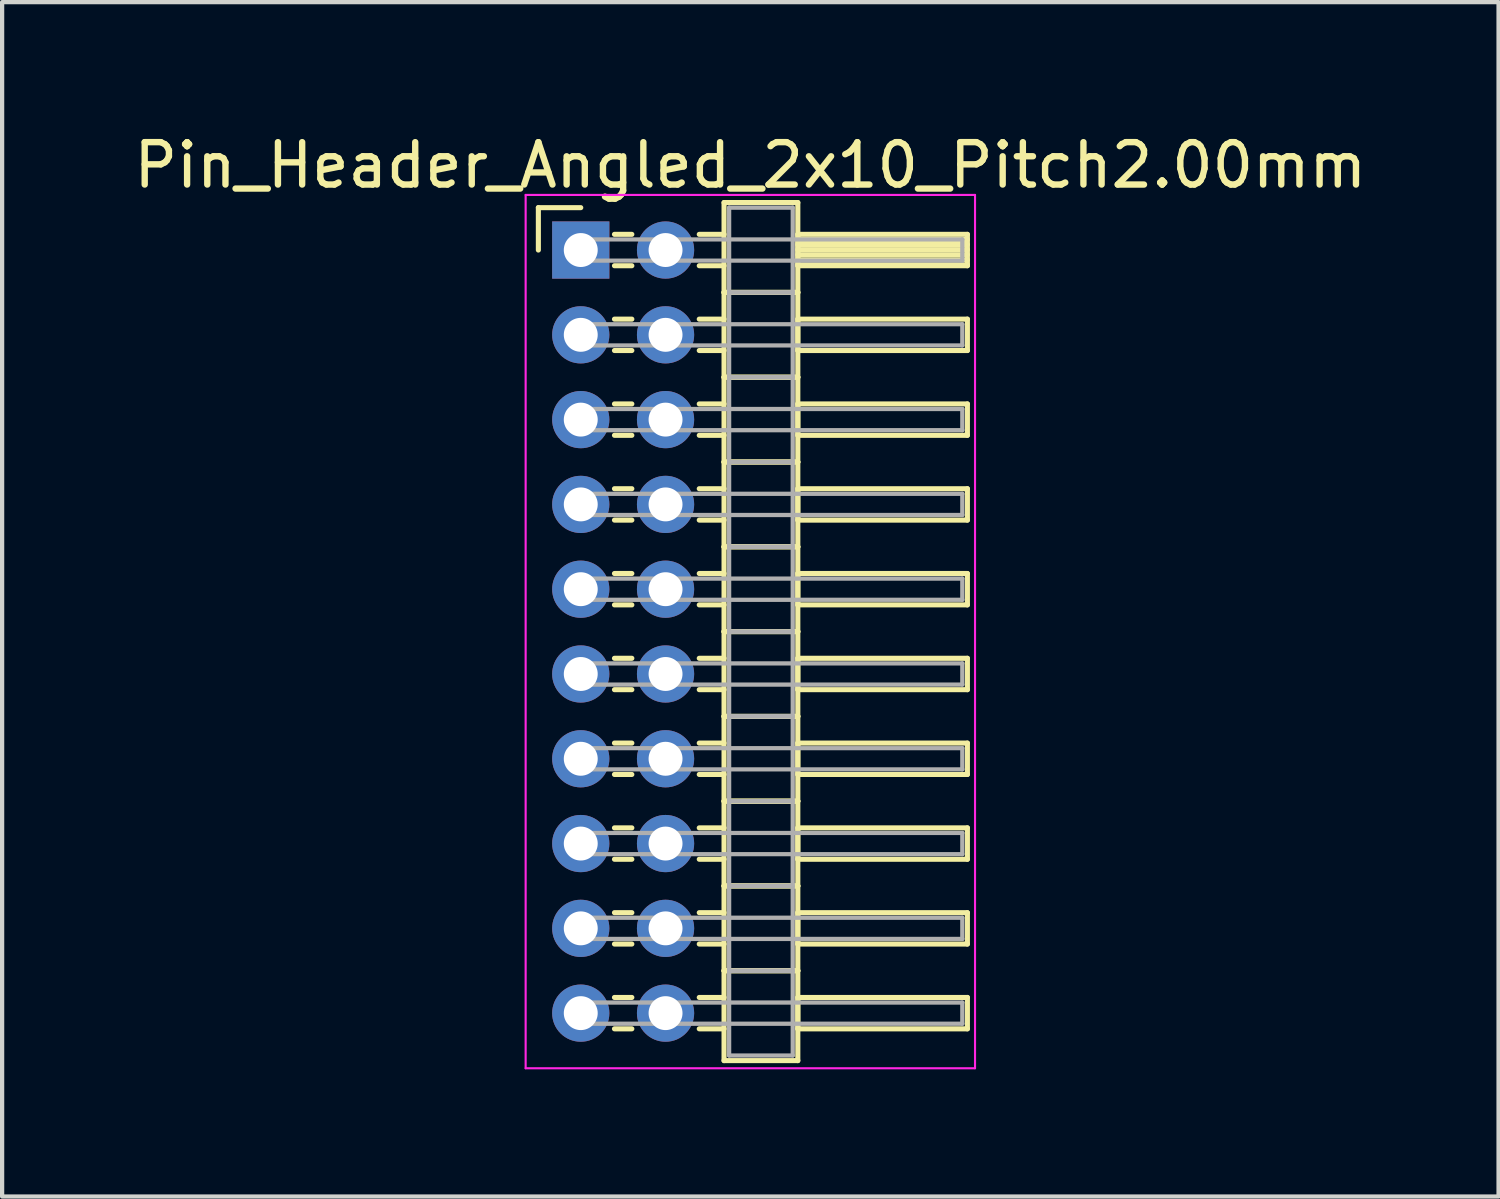
<source format=kicad_pcb>
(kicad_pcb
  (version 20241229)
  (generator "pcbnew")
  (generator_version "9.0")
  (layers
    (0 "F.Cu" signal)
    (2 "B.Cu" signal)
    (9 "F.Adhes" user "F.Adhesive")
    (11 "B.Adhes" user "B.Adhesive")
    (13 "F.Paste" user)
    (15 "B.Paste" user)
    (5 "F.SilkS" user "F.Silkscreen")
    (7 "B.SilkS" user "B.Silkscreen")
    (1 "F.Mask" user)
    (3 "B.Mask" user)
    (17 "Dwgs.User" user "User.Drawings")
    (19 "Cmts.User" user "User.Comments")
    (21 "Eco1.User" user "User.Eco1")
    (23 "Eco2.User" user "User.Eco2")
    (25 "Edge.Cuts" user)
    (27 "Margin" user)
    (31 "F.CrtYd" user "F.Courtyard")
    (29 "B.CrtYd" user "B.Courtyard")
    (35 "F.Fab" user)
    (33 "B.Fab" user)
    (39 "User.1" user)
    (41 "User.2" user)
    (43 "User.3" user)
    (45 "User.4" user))
  (footprint "Pin_Header_Angled_2x10_Pitch2.00mm"
    (layer "F.Cu")
    (at 10.649 2.848)
    (property "Reference" "Pin_Header_Angled_2x10_Pitch2.00mm" (at 4 -2 0) (layer "F.SilkS") (effects (font (size 1 1) (thickness 0.15))))
    (attr through_hole)
    (fp_line (start -1 -1) (end 0 -1) (stroke (width 0.12) (type solid)) (layer "F.SilkS"))
    (fp_line (start -1 0) (end -1 -1) (stroke (width 0.12) (type solid)) (layer "F.SilkS"))
    (fp_line (start 0.795 -0.37) (end 1.205 -0.37) (stroke (width 0.12) (type solid)) (layer "F.SilkS"))
    (fp_line (start 0.795 0.37) (end 1.205 0.37) (stroke (width 0.12) (type solid)) (layer "F.SilkS"))
    (fp_line (start 0.795 1.63) (end 1.205 1.63) (stroke (width 0.12) (type solid)) (layer "F.SilkS"))
    (fp_line (start 0.795 2.37) (end 1.205 2.37) (stroke (width 0.12) (type solid)) (layer "F.SilkS"))
    (fp_line (start 0.795 3.63) (end 1.205 3.63) (stroke (width 0.12) (type solid)) (layer "F.SilkS"))
    (fp_line (start 0.795 4.37) (end 1.205 4.37) (stroke (width 0.12) (type solid)) (layer "F.SilkS"))
    (fp_line (start 0.795 5.63) (end 1.205 5.63) (stroke (width 0.12) (type solid)) (layer "F.SilkS"))
    (fp_line (start 0.795 6.37) (end 1.205 6.37) (stroke (width 0.12) (type solid)) (layer "F.SilkS"))
    (fp_line (start 0.795 7.63) (end 1.205 7.63) (stroke (width 0.12) (type solid)) (layer "F.SilkS"))
    (fp_line (start 0.795 8.37) (end 1.205 8.37) (stroke (width 0.12) (type solid)) (layer "F.SilkS"))
    (fp_line (start 0.795 9.63) (end 1.205 9.63) (stroke (width 0.12) (type solid)) (layer "F.SilkS"))
    (fp_line (start 0.795 10.37) (end 1.205 10.37) (stroke (width 0.12) (type solid)) (layer "F.SilkS"))
    (fp_line (start 0.795 11.63) (end 1.205 11.63) (stroke (width 0.12) (type solid)) (layer "F.SilkS"))
    (fp_line (start 0.795 12.37) (end 1.205 12.37) (stroke (width 0.12) (type solid)) (layer "F.SilkS"))
    (fp_line (start 0.795 13.63) (end 1.205 13.63) (stroke (width 0.12) (type solid)) (layer "F.SilkS"))
    (fp_line (start 0.795 14.37) (end 1.205 14.37) (stroke (width 0.12) (type solid)) (layer "F.SilkS"))
    (fp_line (start 0.795 15.63) (end 1.205 15.63) (stroke (width 0.12) (type solid)) (layer "F.SilkS"))
    (fp_line (start 0.795 16.37) (end 1.205 16.37) (stroke (width 0.12) (type solid)) (layer "F.SilkS"))
    (fp_line (start 0.795 17.63) (end 1.205 17.63) (stroke (width 0.12) (type solid)) (layer "F.SilkS"))
    (fp_line (start 0.795 18.37) (end 1.205 18.37) (stroke (width 0.12) (type solid)) (layer "F.SilkS"))
    (fp_line (start 2.795 -0.37) (end 3.38 -0.37) (stroke (width 0.12) (type solid)) (layer "F.SilkS"))
    (fp_line (start 2.795 0.37) (end 3.38 0.37) (stroke (width 0.12) (type solid)) (layer "F.SilkS"))
    (fp_line (start 2.795 1.63) (end 3.38 1.63) (stroke (width 0.12) (type solid)) (layer "F.SilkS"))
    (fp_line (start 2.795 2.37) (end 3.38 2.37) (stroke (width 0.12) (type solid)) (layer "F.SilkS"))
    (fp_line (start 2.795 3.63) (end 3.38 3.63) (stroke (width 0.12) (type solid)) (layer "F.SilkS"))
    (fp_line (start 2.795 4.37) (end 3.38 4.37) (stroke (width 0.12) (type solid)) (layer "F.SilkS"))
    (fp_line (start 2.795 5.63) (end 3.38 5.63) (stroke (width 0.12) (type solid)) (layer "F.SilkS"))
    (fp_line (start 2.795 6.37) (end 3.38 6.37) (stroke (width 0.12) (type solid)) (layer "F.SilkS"))
    (fp_line (start 2.795 7.63) (end 3.38 7.63) (stroke (width 0.12) (type solid)) (layer "F.SilkS"))
    (fp_line (start 2.795 8.37) (end 3.38 8.37) (stroke (width 0.12) (type solid)) (layer "F.SilkS"))
    (fp_line (start 2.795 9.63) (end 3.38 9.63) (stroke (width 0.12) (type solid)) (layer "F.SilkS"))
    (fp_line (start 2.795 10.37) (end 3.38 10.37) (stroke (width 0.12) (type solid)) (layer "F.SilkS"))
    (fp_line (start 2.795 11.63) (end 3.38 11.63) (stroke (width 0.12) (type solid)) (layer "F.SilkS"))
    (fp_line (start 2.795 12.37) (end 3.38 12.37) (stroke (width 0.12) (type solid)) (layer "F.SilkS"))
    (fp_line (start 2.795 13.63) (end 3.38 13.63) (stroke (width 0.12) (type solid)) (layer "F.SilkS"))
    (fp_line (start 2.795 14.37) (end 3.38 14.37) (stroke (width 0.12) (type solid)) (layer "F.SilkS"))
    (fp_line (start 2.795 15.63) (end 3.38 15.63) (stroke (width 0.12) (type solid)) (layer "F.SilkS"))
    (fp_line (start 2.795 16.37) (end 3.38 16.37) (stroke (width 0.12) (type solid)) (layer "F.SilkS"))
    (fp_line (start 2.795 17.63) (end 3.38 17.63) (stroke (width 0.12) (type solid)) (layer "F.SilkS"))
    (fp_line (start 2.795 18.37) (end 3.38 18.37) (stroke (width 0.12) (type solid)) (layer "F.SilkS"))
    (fp_line (start 3.38 -1.12) (end 3.38 1) (stroke (width 0.12) (type solid)) (layer "F.SilkS"))
    (fp_line (start 3.38 1) (end 3.38 3) (stroke (width 0.12) (type solid)) (layer "F.SilkS"))
    (fp_line (start 3.38 1) (end 5.12 1) (stroke (width 0.12) (type solid)) (layer "F.SilkS"))
    (fp_line (start 3.38 3) (end 3.38 5) (stroke (width 0.12) (type solid)) (layer "F.SilkS"))
    (fp_line (start 3.38 3) (end 5.12 3) (stroke (width 0.12) (type solid)) (layer "F.SilkS"))
    (fp_line (start 3.38 5) (end 3.38 7) (stroke (width 0.12) (type solid)) (layer "F.SilkS"))
    (fp_line (start 3.38 5) (end 5.12 5) (stroke (width 0.12) (type solid)) (layer "F.SilkS"))
    (fp_line (start 3.38 7) (end 3.38 9) (stroke (width 0.12) (type solid)) (layer "F.SilkS"))
    (fp_line (start 3.38 7) (end 5.12 7) (stroke (width 0.12) (type solid)) (layer "F.SilkS"))
    (fp_line (start 3.38 9) (end 3.38 11) (stroke (width 0.12) (type solid)) (layer "F.SilkS"))
    (fp_line (start 3.38 9) (end 5.12 9) (stroke (width 0.12) (type solid)) (layer "F.SilkS"))
    (fp_line (start 3.38 11) (end 3.38 13) (stroke (width 0.12) (type solid)) (layer "F.SilkS"))
    (fp_line (start 3.38 11) (end 5.12 11) (stroke (width 0.12) (type solid)) (layer "F.SilkS"))
    (fp_line (start 3.38 13) (end 3.38 15) (stroke (width 0.12) (type solid)) (layer "F.SilkS"))
    (fp_line (start 3.38 13) (end 5.12 13) (stroke (width 0.12) (type solid)) (layer "F.SilkS"))
    (fp_line (start 3.38 15) (end 3.38 17) (stroke (width 0.12) (type solid)) (layer "F.SilkS"))
    (fp_line (start 3.38 15) (end 5.12 15) (stroke (width 0.12) (type solid)) (layer "F.SilkS"))
    (fp_line (start 3.38 17) (end 3.38 19.12) (stroke (width 0.12) (type solid)) (layer "F.SilkS"))
    (fp_line (start 3.38 17) (end 5.12 17) (stroke (width 0.12) (type solid)) (layer "F.SilkS"))
    (fp_line (start 3.38 19.12) (end 5.12 19.12) (stroke (width 0.12) (type solid)) (layer "F.SilkS"))
    (fp_line (start 5.12 -1.12) (end 3.38 -1.12) (stroke (width 0.12) (type solid)) (layer "F.SilkS"))
    (fp_line (start 5.12 -0.37) (end 5.12 0.37) (stroke (width 0.12) (type solid)) (layer "F.SilkS"))
    (fp_line (start 5.12 -0.25) (end 9.12 -0.25) (stroke (width 0.12) (type solid)) (layer "F.SilkS"))
    (fp_line (start 5.12 -0.13) (end 9.12 -0.13) (stroke (width 0.12) (type solid)) (layer "F.SilkS"))
    (fp_line (start 5.12 -0.01) (end 9.12 -0.01) (stroke (width 0.12) (type solid)) (layer "F.SilkS"))
    (fp_line (start 5.12 0.11) (end 9.12 0.11) (stroke (width 0.12) (type solid)) (layer "F.SilkS"))
    (fp_line (start 5.12 0.23) (end 9.12 0.23) (stroke (width 0.12) (type solid)) (layer "F.SilkS"))
    (fp_line (start 5.12 0.35) (end 9.12 0.35) (stroke (width 0.12) (type solid)) (layer "F.SilkS"))
    (fp_line (start 5.12 0.37) (end 9.12 0.37) (stroke (width 0.12) (type solid)) (layer "F.SilkS"))
    (fp_line (start 5.12 1) (end 3.38 1) (stroke (width 0.12) (type solid)) (layer "F.SilkS"))
    (fp_line (start 5.12 1) (end 5.12 -1.12) (stroke (width 0.12) (type solid)) (layer "F.SilkS"))
    (fp_line (start 5.12 1.63) (end 5.12 2.37) (stroke (width 0.12) (type solid)) (layer "F.SilkS"))
    (fp_line (start 5.12 2.37) (end 9.12 2.37) (stroke (width 0.12) (type solid)) (layer "F.SilkS"))
    (fp_line (start 5.12 3) (end 3.38 3) (stroke (width 0.12) (type solid)) (layer "F.SilkS"))
    (fp_line (start 5.12 3) (end 5.12 1) (stroke (width 0.12) (type solid)) (layer "F.SilkS"))
    (fp_line (start 5.12 3.63) (end 5.12 4.37) (stroke (width 0.12) (type solid)) (layer "F.SilkS"))
    (fp_line (start 5.12 4.37) (end 9.12 4.37) (stroke (width 0.12) (type solid)) (layer "F.SilkS"))
    (fp_line (start 5.12 5) (end 3.38 5) (stroke (width 0.12) (type solid)) (layer "F.SilkS"))
    (fp_line (start 5.12 5) (end 5.12 3) (stroke (width 0.12) (type solid)) (layer "F.SilkS"))
    (fp_line (start 5.12 5.63) (end 5.12 6.37) (stroke (width 0.12) (type solid)) (layer "F.SilkS"))
    (fp_line (start 5.12 6.37) (end 9.12 6.37) (stroke (width 0.12) (type solid)) (layer "F.SilkS"))
    (fp_line (start 5.12 7) (end 3.38 7) (stroke (width 0.12) (type solid)) (layer "F.SilkS"))
    (fp_line (start 5.12 7) (end 5.12 5) (stroke (width 0.12) (type solid)) (layer "F.SilkS"))
    (fp_line (start 5.12 7.63) (end 5.12 8.37) (stroke (width 0.12) (type solid)) (layer "F.SilkS"))
    (fp_line (start 5.12 8.37) (end 9.12 8.37) (stroke (width 0.12) (type solid)) (layer "F.SilkS"))
    (fp_line (start 5.12 9) (end 3.38 9) (stroke (width 0.12) (type solid)) (layer "F.SilkS"))
    (fp_line (start 5.12 9) (end 5.12 7) (stroke (width 0.12) (type solid)) (layer "F.SilkS"))
    (fp_line (start 5.12 9.63) (end 5.12 10.37) (stroke (width 0.12) (type solid)) (layer "F.SilkS"))
    (fp_line (start 5.12 10.37) (end 9.12 10.37) (stroke (width 0.12) (type solid)) (layer "F.SilkS"))
    (fp_line (start 5.12 11) (end 3.38 11) (stroke (width 0.12) (type solid)) (layer "F.SilkS"))
    (fp_line (start 5.12 11) (end 5.12 9) (stroke (width 0.12) (type solid)) (layer "F.SilkS"))
    (fp_line (start 5.12 11.63) (end 5.12 12.37) (stroke (width 0.12) (type solid)) (layer "F.SilkS"))
    (fp_line (start 5.12 12.37) (end 9.12 12.37) (stroke (width 0.12) (type solid)) (layer "F.SilkS"))
    (fp_line (start 5.12 13) (end 3.38 13) (stroke (width 0.12) (type solid)) (layer "F.SilkS"))
    (fp_line (start 5.12 13) (end 5.12 11) (stroke (width 0.12) (type solid)) (layer "F.SilkS"))
    (fp_line (start 5.12 13.63) (end 5.12 14.37) (stroke (width 0.12) (type solid)) (layer "F.SilkS"))
    (fp_line (start 5.12 14.37) (end 9.12 14.37) (stroke (width 0.12) (type solid)) (layer "F.SilkS"))
    (fp_line (start 5.12 15) (end 3.38 15) (stroke (width 0.12) (type solid)) (layer "F.SilkS"))
    (fp_line (start 5.12 15) (end 5.12 13) (stroke (width 0.12) (type solid)) (layer "F.SilkS"))
    (fp_line (start 5.12 15.63) (end 5.12 16.37) (stroke (width 0.12) (type solid)) (layer "F.SilkS"))
    (fp_line (start 5.12 16.37) (end 9.12 16.37) (stroke (width 0.12) (type solid)) (layer "F.SilkS"))
    (fp_line (start 5.12 17) (end 3.38 17) (stroke (width 0.12) (type solid)) (layer "F.SilkS"))
    (fp_line (start 5.12 17) (end 5.12 15) (stroke (width 0.12) (type solid)) (layer "F.SilkS"))
    (fp_line (start 5.12 17.63) (end 5.12 18.37) (stroke (width 0.12) (type solid)) (layer "F.SilkS"))
    (fp_line (start 5.12 18.37) (end 9.12 18.37) (stroke (width 0.12) (type solid)) (layer "F.SilkS"))
    (fp_line (start 5.12 19.12) (end 5.12 17) (stroke (width 0.12) (type solid)) (layer "F.SilkS"))
    (fp_line (start 9.12 -0.37) (end 5.12 -0.37) (stroke (width 0.12) (type solid)) (layer "F.SilkS"))
    (fp_line (start 9.12 0.37) (end 9.12 -0.37) (stroke (width 0.12) (type solid)) (layer "F.SilkS"))
    (fp_line (start 9.12 1.63) (end 5.12 1.63) (stroke (width 0.12) (type solid)) (layer "F.SilkS"))
    (fp_line (start 9.12 2.37) (end 9.12 1.63) (stroke (width 0.12) (type solid)) (layer "F.SilkS"))
    (fp_line (start 9.12 3.63) (end 5.12 3.63) (stroke (width 0.12) (type solid)) (layer "F.SilkS"))
    (fp_line (start 9.12 4.37) (end 9.12 3.63) (stroke (width 0.12) (type solid)) (layer "F.SilkS"))
    (fp_line (start 9.12 5.63) (end 5.12 5.63) (stroke (width 0.12) (type solid)) (layer "F.SilkS"))
    (fp_line (start 9.12 6.37) (end 9.12 5.63) (stroke (width 0.12) (type solid)) (layer "F.SilkS"))
    (fp_line (start 9.12 7.63) (end 5.12 7.63) (stroke (width 0.12) (type solid)) (layer "F.SilkS"))
    (fp_line (start 9.12 8.37) (end 9.12 7.63) (stroke (width 0.12) (type solid)) (layer "F.SilkS"))
    (fp_line (start 9.12 9.63) (end 5.12 9.63) (stroke (width 0.12) (type solid)) (layer "F.SilkS"))
    (fp_line (start 9.12 10.37) (end 9.12 9.63) (stroke (width 0.12) (type solid)) (layer "F.SilkS"))
    (fp_line (start 9.12 11.63) (end 5.12 11.63) (stroke (width 0.12) (type solid)) (layer "F.SilkS"))
    (fp_line (start 9.12 12.37) (end 9.12 11.63) (stroke (width 0.12) (type solid)) (layer "F.SilkS"))
    (fp_line (start 9.12 13.63) (end 5.12 13.63) (stroke (width 0.12) (type solid)) (layer "F.SilkS"))
    (fp_line (start 9.12 14.37) (end 9.12 13.63) (stroke (width 0.12) (type solid)) (layer "F.SilkS"))
    (fp_line (start 9.12 15.63) (end 5.12 15.63) (stroke (width 0.12) (type solid)) (layer "F.SilkS"))
    (fp_line (start 9.12 16.37) (end 9.12 15.63) (stroke (width 0.12) (type solid)) (layer "F.SilkS"))
    (fp_line (start 9.12 17.63) (end 5.12 17.63) (stroke (width 0.12) (type solid)) (layer "F.SilkS"))
    (fp_line (start 9.12 18.37) (end 9.12 17.63) (stroke (width 0.12) (type solid)) (layer "F.SilkS"))
    (fp_line (start -1.3 -1.3) (end -1.3 19.3) (stroke (width 0.05) (type solid)) (layer "F.CrtYd"))
    (fp_line (start -1.3 19.3) (end 9.3 19.3) (stroke (width 0.05) (type solid)) (layer "F.CrtYd"))
    (fp_line (start 9.3 -1.3) (end -1.3 -1.3) (stroke (width 0.05) (type solid)) (layer "F.CrtYd"))
    (fp_line (start 9.3 19.3) (end 9.3 -1.3) (stroke (width 0.05) (type solid)) (layer "F.CrtYd"))
    (fp_line (start 0 -0.25) (end 0 0.25) (stroke (width 0.1) (type solid)) (layer "F.Fab"))
    (fp_line (start 0 0.25) (end 9 0.25) (stroke (width 0.1) (type solid)) (layer "F.Fab"))
    (fp_line (start 0 1.75) (end 0 2.25) (stroke (width 0.1) (type solid)) (layer "F.Fab"))
    (fp_line (start 0 2.25) (end 9 2.25) (stroke (width 0.1) (type solid)) (layer "F.Fab"))
    (fp_line (start 0 3.75) (end 0 4.25) (stroke (width 0.1) (type solid)) (layer "F.Fab"))
    (fp_line (start 0 4.25) (end 9 4.25) (stroke (width 0.1) (type solid)) (layer "F.Fab"))
    (fp_line (start 0 5.75) (end 0 6.25) (stroke (width 0.1) (type solid)) (layer "F.Fab"))
    (fp_line (start 0 6.25) (end 9 6.25) (stroke (width 0.1) (type solid)) (layer "F.Fab"))
    (fp_line (start 0 7.75) (end 0 8.25) (stroke (width 0.1) (type solid)) (layer "F.Fab"))
    (fp_line (start 0 8.25) (end 9 8.25) (stroke (width 0.1) (type solid)) (layer "F.Fab"))
    (fp_line (start 0 9.75) (end 0 10.25) (stroke (width 0.1) (type solid)) (layer "F.Fab"))
    (fp_line (start 0 10.25) (end 9 10.25) (stroke (width 0.1) (type solid)) (layer "F.Fab"))
    (fp_line (start 0 11.75) (end 0 12.25) (stroke (width 0.1) (type solid)) (layer "F.Fab"))
    (fp_line (start 0 12.25) (end 9 12.25) (stroke (width 0.1) (type solid)) (layer "F.Fab"))
    (fp_line (start 0 13.75) (end 0 14.25) (stroke (width 0.1) (type solid)) (layer "F.Fab"))
    (fp_line (start 0 14.25) (end 9 14.25) (stroke (width 0.1) (type solid)) (layer "F.Fab"))
    (fp_line (start 0 15.75) (end 0 16.25) (stroke (width 0.1) (type solid)) (layer "F.Fab"))
    (fp_line (start 0 16.25) (end 9 16.25) (stroke (width 0.1) (type solid)) (layer "F.Fab"))
    (fp_line (start 0 17.75) (end 0 18.25) (stroke (width 0.1) (type solid)) (layer "F.Fab"))
    (fp_line (start 0 18.25) (end 9 18.25) (stroke (width 0.1) (type solid)) (layer "F.Fab"))
    (fp_line (start 3.5 -1) (end 3.5 1) (stroke (width 0.1) (type solid)) (layer "F.Fab"))
    (fp_line (start 3.5 1) (end 3.5 3) (stroke (width 0.1) (type solid)) (layer "F.Fab"))
    (fp_line (start 3.5 1) (end 5 1) (stroke (width 0.1) (type solid)) (layer "F.Fab"))
    (fp_line (start 3.5 3) (end 3.5 5) (stroke (width 0.1) (type solid)) (layer "F.Fab"))
    (fp_line (start 3.5 3) (end 5 3) (stroke (width 0.1) (type solid)) (layer "F.Fab"))
    (fp_line (start 3.5 5) (end 3.5 7) (stroke (width 0.1) (type solid)) (layer "F.Fab"))
    (fp_line (start 3.5 5) (end 5 5) (stroke (width 0.1) (type solid)) (layer "F.Fab"))
    (fp_line (start 3.5 7) (end 3.5 9) (stroke (width 0.1) (type solid)) (layer "F.Fab"))
    (fp_line (start 3.5 7) (end 5 7) (stroke (width 0.1) (type solid)) (layer "F.Fab"))
    (fp_line (start 3.5 9) (end 3.5 11) (stroke (width 0.1) (type solid)) (layer "F.Fab"))
    (fp_line (start 3.5 9) (end 5 9) (stroke (width 0.1) (type solid)) (layer "F.Fab"))
    (fp_line (start 3.5 11) (end 3.5 13) (stroke (width 0.1) (type solid)) (layer "F.Fab"))
    (fp_line (start 3.5 11) (end 5 11) (stroke (width 0.1) (type solid)) (layer "F.Fab"))
    (fp_line (start 3.5 13) (end 3.5 15) (stroke (width 0.1) (type solid)) (layer "F.Fab"))
    (fp_line (start 3.5 13) (end 5 13) (stroke (width 0.1) (type solid)) (layer "F.Fab"))
    (fp_line (start 3.5 15) (end 3.5 17) (stroke (width 0.1) (type solid)) (layer "F.Fab"))
    (fp_line (start 3.5 15) (end 5 15) (stroke (width 0.1) (type solid)) (layer "F.Fab"))
    (fp_line (start 3.5 17) (end 3.5 19) (stroke (width 0.1) (type solid)) (layer "F.Fab"))
    (fp_line (start 3.5 17) (end 5 17) (stroke (width 0.1) (type solid)) (layer "F.Fab"))
    (fp_line (start 3.5 19) (end 5 19) (stroke (width 0.1) (type solid)) (layer "F.Fab"))
    (fp_line (start 5 -1) (end 3.5 -1) (stroke (width 0.1) (type solid)) (layer "F.Fab"))
    (fp_line (start 5 1) (end 3.5 1) (stroke (width 0.1) (type solid)) (layer "F.Fab"))
    (fp_line (start 5 1) (end 5 -1) (stroke (width 0.1) (type solid)) (layer "F.Fab"))
    (fp_line (start 5 3) (end 3.5 3) (stroke (width 0.1) (type solid)) (layer "F.Fab"))
    (fp_line (start 5 3) (end 5 1) (stroke (width 0.1) (type solid)) (layer "F.Fab"))
    (fp_line (start 5 5) (end 3.5 5) (stroke (width 0.1) (type solid)) (layer "F.Fab"))
    (fp_line (start 5 5) (end 5 3) (stroke (width 0.1) (type solid)) (layer "F.Fab"))
    (fp_line (start 5 7) (end 3.5 7) (stroke (width 0.1) (type solid)) (layer "F.Fab"))
    (fp_line (start 5 7) (end 5 5) (stroke (width 0.1) (type solid)) (layer "F.Fab"))
    (fp_line (start 5 9) (end 3.5 9) (stroke (width 0.1) (type solid)) (layer "F.Fab"))
    (fp_line (start 5 9) (end 5 7) (stroke (width 0.1) (type solid)) (layer "F.Fab"))
    (fp_line (start 5 11) (end 3.5 11) (stroke (width 0.1) (type solid)) (layer "F.Fab"))
    (fp_line (start 5 11) (end 5 9) (stroke (width 0.1) (type solid)) (layer "F.Fab"))
    (fp_line (start 5 13) (end 3.5 13) (stroke (width 0.1) (type solid)) (layer "F.Fab"))
    (fp_line (start 5 13) (end 5 11) (stroke (width 0.1) (type solid)) (layer "F.Fab"))
    (fp_line (start 5 15) (end 3.5 15) (stroke (width 0.1) (type solid)) (layer "F.Fab"))
    (fp_line (start 5 15) (end 5 13) (stroke (width 0.1) (type solid)) (layer "F.Fab"))
    (fp_line (start 5 17) (end 3.5 17) (stroke (width 0.1) (type solid)) (layer "F.Fab"))
    (fp_line (start 5 17) (end 5 15) (stroke (width 0.1) (type solid)) (layer "F.Fab"))
    (fp_line (start 5 19) (end 5 17) (stroke (width 0.1) (type solid)) (layer "F.Fab"))
    (fp_line (start 9 -0.25) (end 0 -0.25) (stroke (width 0.1) (type solid)) (layer "F.Fab"))
    (fp_line (start 9 0.25) (end 9 -0.25) (stroke (width 0.1) (type solid)) (layer "F.Fab"))
    (fp_line (start 9 1.75) (end 0 1.75) (stroke (width 0.1) (type solid)) (layer "F.Fab"))
    (fp_line (start 9 2.25) (end 9 1.75) (stroke (width 0.1) (type solid)) (layer "F.Fab"))
    (fp_line (start 9 3.75) (end 0 3.75) (stroke (width 0.1) (type solid)) (layer "F.Fab"))
    (fp_line (start 9 4.25) (end 9 3.75) (stroke (width 0.1) (type solid)) (layer "F.Fab"))
    (fp_line (start 9 5.75) (end 0 5.75) (stroke (width 0.1) (type solid)) (layer "F.Fab"))
    (fp_line (start 9 6.25) (end 9 5.75) (stroke (width 0.1) (type solid)) (layer "F.Fab"))
    (fp_line (start 9 7.75) (end 0 7.75) (stroke (width 0.1) (type solid)) (layer "F.Fab"))
    (fp_line (start 9 8.25) (end 9 7.75) (stroke (width 0.1) (type solid)) (layer "F.Fab"))
    (fp_line (start 9 9.75) (end 0 9.75) (stroke (width 0.1) (type solid)) (layer "F.Fab"))
    (fp_line (start 9 10.25) (end 9 9.75) (stroke (width 0.1) (type solid)) (layer "F.Fab"))
    (fp_line (start 9 11.75) (end 0 11.75) (stroke (width 0.1) (type solid)) (layer "F.Fab"))
    (fp_line (start 9 12.25) (end 9 11.75) (stroke (width 0.1) (type solid)) (layer "F.Fab"))
    (fp_line (start 9 13.75) (end 0 13.75) (stroke (width 0.1) (type solid)) (layer "F.Fab"))
    (fp_line (start 9 14.25) (end 9 13.75) (stroke (width 0.1) (type solid)) (layer "F.Fab"))
    (fp_line (start 9 15.75) (end 0 15.75) (stroke (width 0.1) (type solid)) (layer "F.Fab"))
    (fp_line (start 9 16.25) (end 9 15.75) (stroke (width 0.1) (type solid)) (layer "F.Fab"))
    (fp_line (start 9 17.75) (end 0 17.75) (stroke (width 0.1) (type solid)) (layer "F.Fab"))
    (fp_line (start 9 18.25) (end 9 17.75) (stroke (width 0.1) (type solid)) (layer "F.Fab"))
    (pad "1" thru_hole rect (at 0 0) (size 1.35 1.35) (drill 0.8) (layers "*.Cu" "*.Mask"))
    (pad "2" thru_hole oval (at 2 0) (size 1.35 1.35) (drill 0.8) (layers "*.Cu" "*.Mask"))
    (pad "3" thru_hole oval (at 0 2) (size 1.35 1.35) (drill 0.8) (layers "*.Cu" "*.Mask"))
    (pad "4" thru_hole oval (at 2 2) (size 1.35 1.35) (drill 0.8) (layers "*.Cu" "*.Mask"))
    (pad "5" thru_hole oval (at 0 4) (size 1.35 1.35) (drill 0.8) (layers "*.Cu" "*.Mask"))
    (pad "6" thru_hole oval (at 2 4) (size 1.35 1.35) (drill 0.8) (layers "*.Cu" "*.Mask"))
    (pad "7" thru_hole oval (at 0 6) (size 1.35 1.35) (drill 0.8) (layers "*.Cu" "*.Mask"))
    (pad "8" thru_hole oval (at 2 6) (size 1.35 1.35) (drill 0.8) (layers "*.Cu" "*.Mask"))
    (pad "9" thru_hole oval (at 0 8) (size 1.35 1.35) (drill 0.8) (layers "*.Cu" "*.Mask"))
    (pad "10" thru_hole oval (at 2 8) (size 1.35 1.35) (drill 0.8) (layers "*.Cu" "*.Mask"))
    (pad "11" thru_hole oval (at 0 10) (size 1.35 1.35) (drill 0.8) (layers "*.Cu" "*.Mask"))
    (pad "12" thru_hole oval (at 2 10) (size 1.35 1.35) (drill 0.8) (layers "*.Cu" "*.Mask"))
    (pad "13" thru_hole oval (at 0 12) (size 1.35 1.35) (drill 0.8) (layers "*.Cu" "*.Mask"))
    (pad "14" thru_hole oval (at 2 12) (size 1.35 1.35) (drill 0.8) (layers "*.Cu" "*.Mask"))
    (pad "15" thru_hole oval (at 0 14) (size 1.35 1.35) (drill 0.8) (layers "*.Cu" "*.Mask"))
    (pad "16" thru_hole oval (at 2 14) (size 1.35 1.35) (drill 0.8) (layers "*.Cu" "*.Mask"))
    (pad "17" thru_hole oval (at 0 16) (size 1.35 1.35) (drill 0.8) (layers "*.Cu" "*.Mask"))
    (pad "18" thru_hole oval (at 2 16) (size 1.35 1.35) (drill 0.8) (layers "*.Cu" "*.Mask"))
    (pad "19" thru_hole oval (at 0 18) (size 1.35 1.35) (drill 0.8) (layers "*.Cu" "*.Mask"))
    (pad "20" thru_hole oval (at 2 18) (size 1.35 1.35) (drill 0.8) (layers "*.Cu" "*.Mask")))
  (gr_rect
    (start -3 -3)
    (end 32.298 25.173)
    (stroke (width 0.1) (type default))
    (fill no)
    (layer "Edge.Cuts")))
</source>
